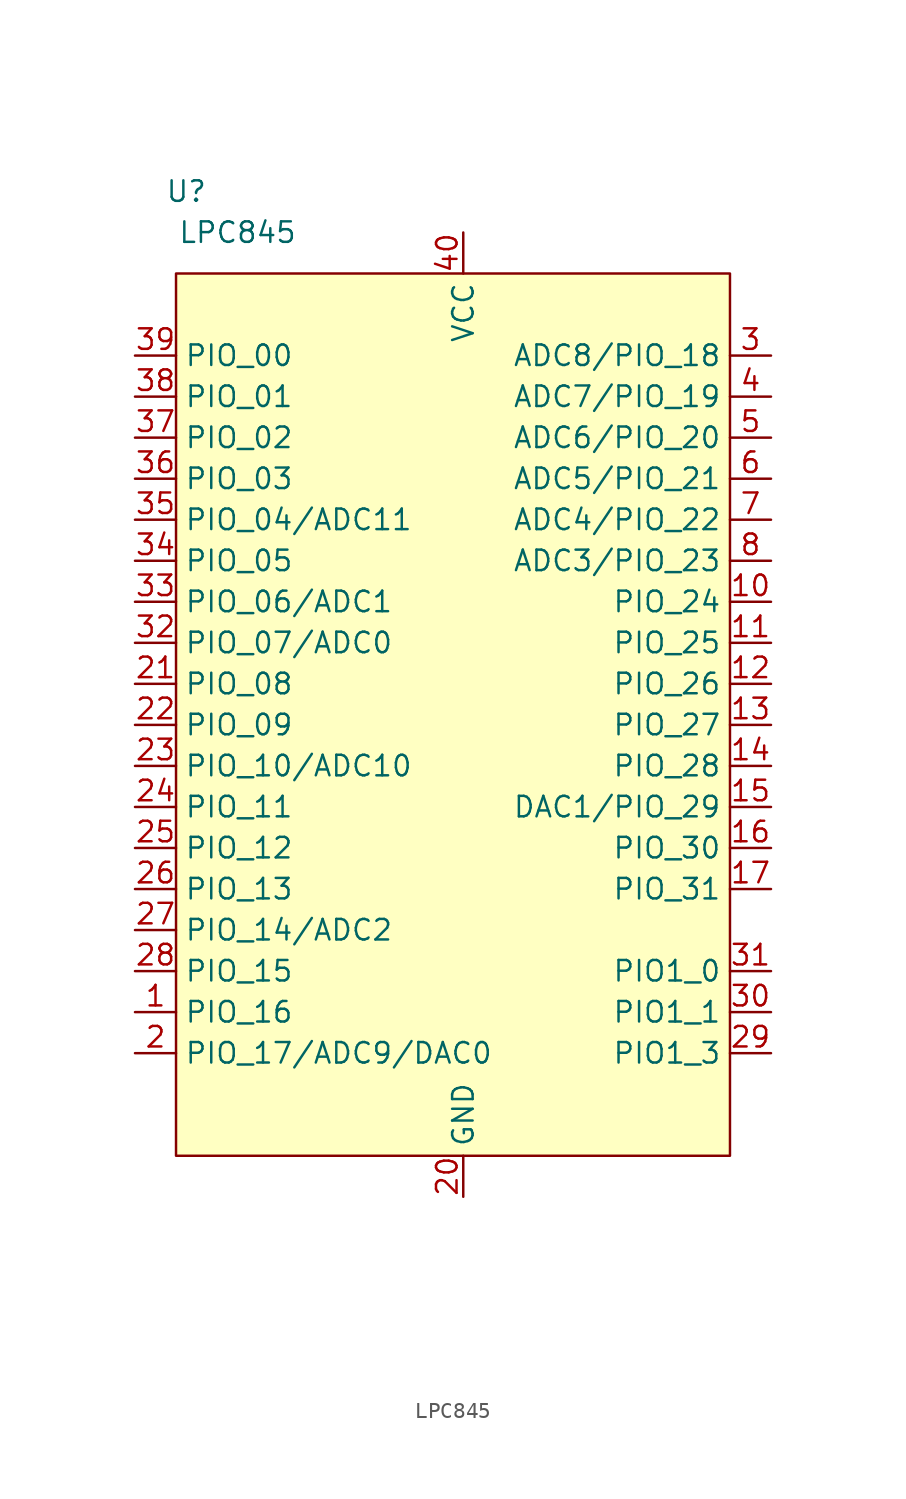
<source format=kicad_sym>
(kicad_symbol_lib
  (version 20211014)
  (generator kicad_symbol_editor)
  (symbol "LPC845"
    (property "Reference" "U"
      (at -15.875 29.21 0)
      (effects (font (size 1.27 1.27))))
    (property "Value" "LPC845"
      (at -12.7 26.67 0)
      (effects (font (size 1.27 1.27))))
    (symbol "LPC845_0_1"
      (rectangle (start -16.51 24.13) (end 17.78 -30.48) (stroke (width 0) (type default) (color 0 0 0 0)) (fill (type background))))
    (symbol "LPC845_1_1"
      (pin bidirectional line (at -19.05 -21.59 0) (length 2.54) (name "PIO_16" (effects (font (size 1.27 1.27)))) (number "1" (effects (font (size 1.27 1.27)))))
      (pin bidirectional line (at 20.32 3.81 180) (length 2.54) (name "PIO_24" (effects (font (size 1.27 1.27)))) (number "10" (effects (font (size 1.27 1.27)))))
      (pin bidirectional line (at 20.32 1.27 180) (length 2.54) (name "PIO_25" (effects (font (size 1.27 1.27)))) (number "11" (effects (font (size 1.27 1.27)))))
      (pin bidirectional line (at 20.32 -1.27 180) (length 2.54) (name "PIO_26" (effects (font (size 1.27 1.27)))) (number "12" (effects (font (size 1.27 1.27)))))
      (pin bidirectional line (at 20.32 -3.81 180) (length 2.54) (name "PIO_27" (effects (font (size 1.27 1.27)))) (number "13" (effects (font (size 1.27 1.27)))))
      (pin bidirectional line (at 20.32 -6.35 180) (length 2.54) (name "PIO_28" (effects (font (size 1.27 1.27)))) (number "14" (effects (font (size 1.27 1.27)))))
      (pin bidirectional line (at 20.32 -8.89 180) (length 2.54) (name "DAC1/PIO_29" (effects (font (size 1.27 1.27)))) (number "15" (effects (font (size 1.27 1.27)))))
      (pin bidirectional line (at 20.32 -11.43 180) (length 2.54) (name "PIO_30" (effects (font (size 1.27 1.27)))) (number "16" (effects (font (size 1.27 1.27)))))
      (pin bidirectional line (at 20.32 -13.97 180) (length 2.54) (name "PIO_31" (effects (font (size 1.27 1.27)))) (number "17" (effects (font (size 1.27 1.27)))))
      (pin bidirectional line (at 16.51 -35.56 180) (length 2.54) hide (name "PIO_09_2" (effects (font (size 1.27 1.27)))) (number "18" (effects (font (size 1.27 1.27)))))
      (pin bidirectional line (at 16.51 -38.1 180) (length 2.54) hide (name "PIO_08_2" (effects (font (size 1.27 1.27)))) (number "19" (effects (font (size 1.27 1.27)))))
      (pin bidirectional line (at -19.05 -24.13 0) (length 2.54) (name "PIO_17/ADC9/DAC0" (effects (font (size 1.27 1.27)))) (number "2" (effects (font (size 1.27 1.27)))))
      (pin unspecified line (at 1.27 -33.02 90) (length 2.54) (name "GND" (effects (font (size 1.27 1.27)))) (number "20" (effects (font (size 1.27 1.27)))))
      (pin bidirectional line (at -19.05 -1.27 0) (length 2.54) (name "PIO_08" (effects (font (size 1.27 1.27)))) (number "21" (effects (font (size 1.27 1.27)))))
      (pin bidirectional line (at -19.05 -3.81 0) (length 2.54) (name "PIO_09" (effects (font (size 1.27 1.27)))) (number "22" (effects (font (size 1.27 1.27)))))
      (pin bidirectional line (at -19.05 -6.35 0) (length 2.54) (name "PIO_10/ADC10" (effects (font (size 1.27 1.27)))) (number "23" (effects (font (size 1.27 1.27)))))
      (pin bidirectional line (at -19.05 -8.89 0) (length 2.54) (name "PIO_11" (effects (font (size 1.27 1.27)))) (number "24" (effects (font (size 1.27 1.27)))))
      (pin bidirectional line (at -19.05 -11.43 0) (length 2.54) (name "PIO_12" (effects (font (size 1.27 1.27)))) (number "25" (effects (font (size 1.27 1.27)))))
      (pin bidirectional line (at -19.05 -13.97 0) (length 2.54) (name "PIO_13" (effects (font (size 1.27 1.27)))) (number "26" (effects (font (size 1.27 1.27)))))
      (pin bidirectional line (at -19.05 -16.51 0) (length 2.54) (name "PIO_14/ADC2" (effects (font (size 1.27 1.27)))) (number "27" (effects (font (size 1.27 1.27)))))
      (pin bidirectional line (at -19.05 -19.05 0) (length 2.54) (name "PIO_15" (effects (font (size 1.27 1.27)))) (number "28" (effects (font (size 1.27 1.27)))))
      (pin bidirectional line (at 20.32 -24.13 180) (length 2.54) (name "PIO1_3" (effects (font (size 1.27 1.27)))) (number "29" (effects (font (size 1.27 1.27)))))
      (pin bidirectional line (at 20.32 19.05 180) (length 2.54) (name "ADC8/PIO_18" (effects (font (size 1.27 1.27)))) (number "3" (effects (font (size 1.27 1.27)))))
      (pin bidirectional line (at 20.32 -21.59 180) (length 2.54) (name "PIO1_1" (effects (font (size 1.27 1.27)))) (number "30" (effects (font (size 1.27 1.27)))))
      (pin bidirectional line (at 20.32 -19.05 180) (length 2.54) (name "PIO1_0" (effects (font (size 1.27 1.27)))) (number "31" (effects (font (size 1.27 1.27)))))
      (pin bidirectional line (at -19.05 1.27 0) (length 2.54) (name "PIO_07/ADC0" (effects (font (size 1.27 1.27)))) (number "32" (effects (font (size 1.27 1.27)))))
      (pin bidirectional line (at -19.05 3.81 0) (length 2.54) (name "PIO_06/ADC1" (effects (font (size 1.27 1.27)))) (number "33" (effects (font (size 1.27 1.27)))))
      (pin bidirectional line (at -19.05 6.35 0) (length 2.54) (name "PIO_05" (effects (font (size 1.27 1.27)))) (number "34" (effects (font (size 1.27 1.27)))))
      (pin bidirectional line (at -19.05 8.89 0) (length 2.54) (name "PIO_04/ADC11" (effects (font (size 1.27 1.27)))) (number "35" (effects (font (size 1.27 1.27)))))
      (pin bidirectional line (at -19.05 11.43 0) (length 2.54) (name "PIO_03" (effects (font (size 1.27 1.27)))) (number "36" (effects (font (size 1.27 1.27)))))
      (pin bidirectional line (at -19.05 13.97 0) (length 2.54) (name "PIO_02" (effects (font (size 1.27 1.27)))) (number "37" (effects (font (size 1.27 1.27)))))
      (pin bidirectional line (at -19.05 16.51 0) (length 2.54) (name "PIO_01" (effects (font (size 1.27 1.27)))) (number "38" (effects (font (size 1.27 1.27)))))
      (pin bidirectional line (at -19.05 19.05 0) (length 2.54) (name "PIO_00" (effects (font (size 1.27 1.27)))) (number "39" (effects (font (size 1.27 1.27)))))
      (pin bidirectional line (at 20.32 16.51 180) (length 2.54) (name "ADC7/PIO_19" (effects (font (size 1.27 1.27)))) (number "4" (effects (font (size 1.27 1.27)))))
      (pin power_in line (at 1.27 26.67 270) (length 2.54) (name "VCC" (effects (font (size 1.27 1.27)))) (number "40" (effects (font (size 1.27 1.27)))))
      (pin bidirectional line (at 20.32 13.97 180) (length 2.54) (name "ADC6/PIO_20" (effects (font (size 1.27 1.27)))) (number "5" (effects (font (size 1.27 1.27)))))
      (pin bidirectional line (at 20.32 11.43 180) (length 2.54) (name "ADC5/PIO_21" (effects (font (size 1.27 1.27)))) (number "6" (effects (font (size 1.27 1.27)))))
      (pin bidirectional line (at 20.32 8.89 180) (length 2.54) (name "ADC4/PIO_22" (effects (font (size 1.27 1.27)))) (number "7" (effects (font (size 1.27 1.27)))))
      (pin bidirectional line (at 20.32 6.35 180) (length 2.54) (name "ADC3/PIO_23" (effects (font (size 1.27 1.27)))) (number "8" (effects (font (size 1.27 1.27)))))
      (pin bidirectional line (at 16.51 -33.02 180) (length 2.54) hide (name "PIO_05_2" (effects (font (size 1.27 1.27)))) (number "9" (effects (font (size 1.27 1.27))))))))
</source>
